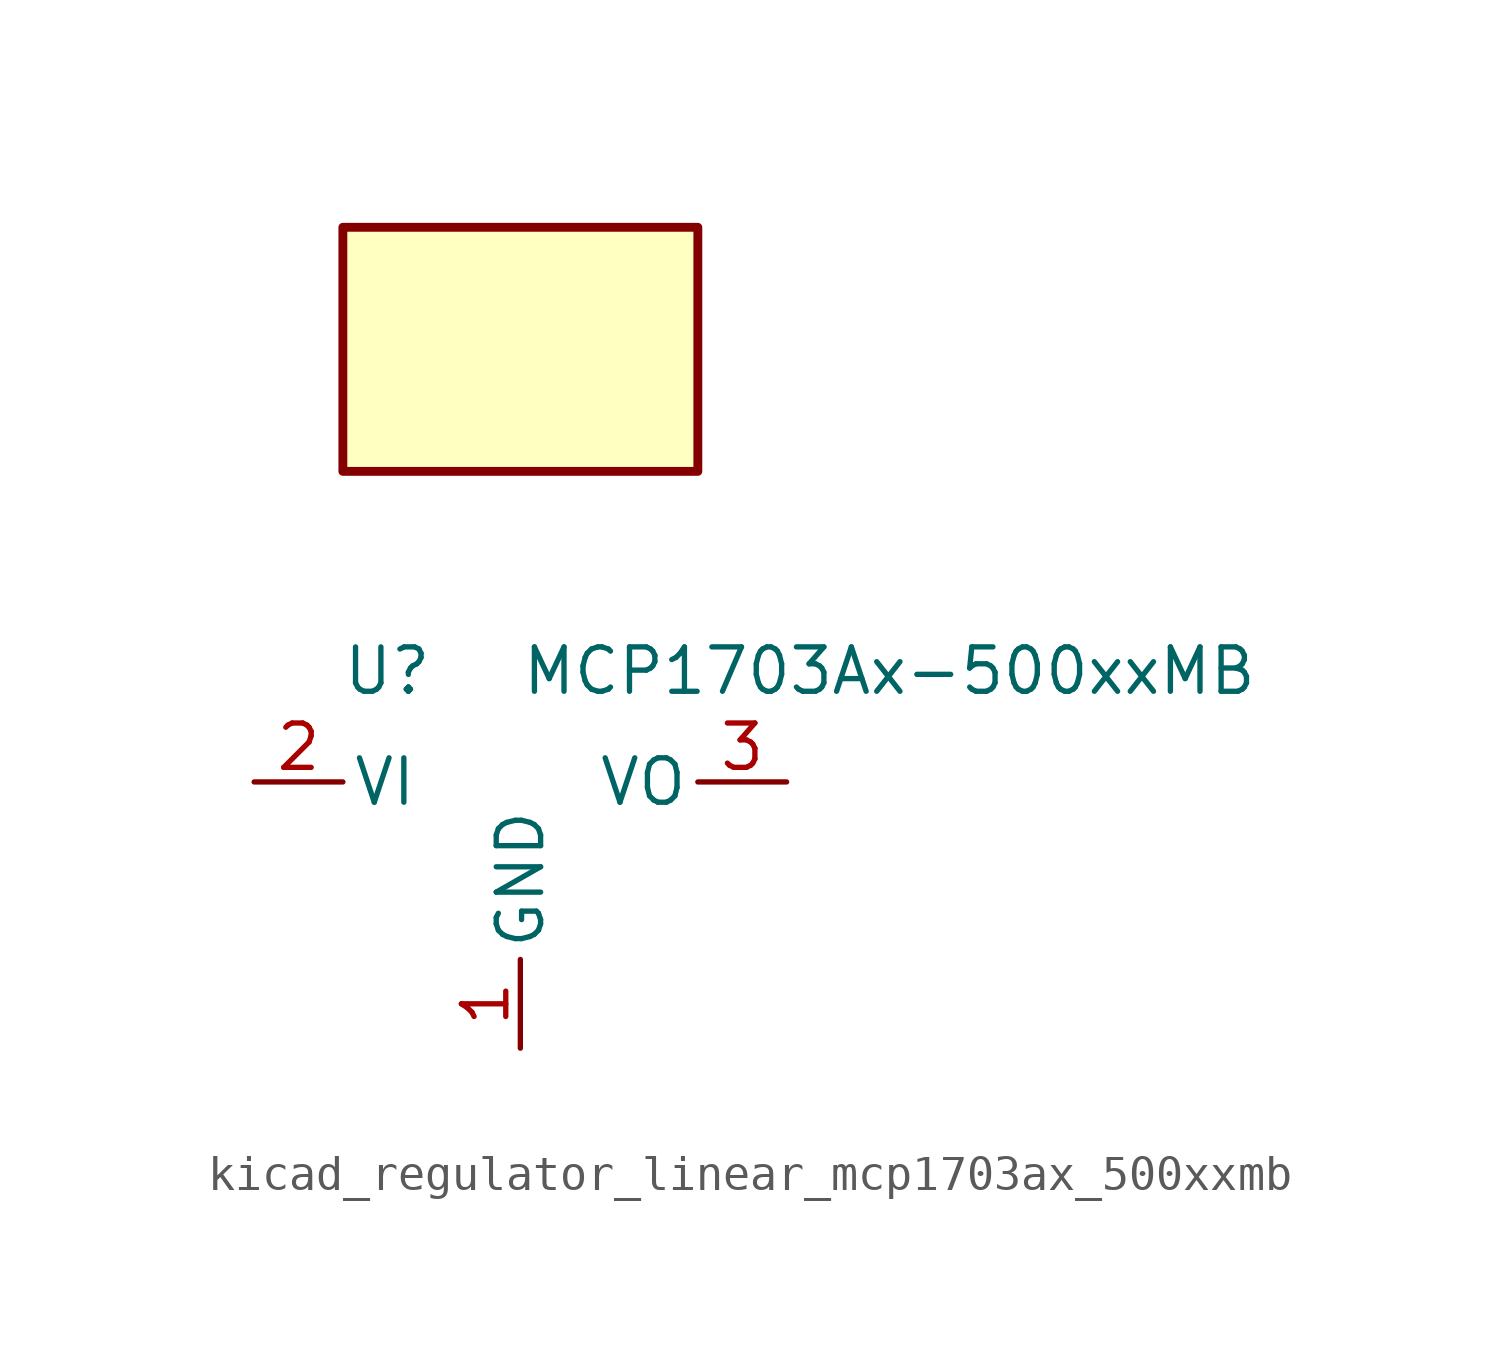
<source format=kicad_sym>
(kicad_symbol_lib
  (version 20220914)
  (generator kicad_symbol_editor)
  (symbol "kicad_regulator_linear_mcp1703ax_500xxmb"
    (pin_names
      (offset 0.254))
    (property "Reference" "U"
      (at -3.81 3.175 0)
      (effects (font (size 1.27 1.27))))
    (property "Value" "MCP1703Ax-500xxMB"
      (at 0 3.175 0)
      (effects (font (size 1.27 1.27)) (justify left)))
    (symbol "kicad_regulator_linear_mcp1703ax_500xxmb_0_1"
      (rectangle (start 5.08 15.875) (end -5.08 8.89) (stroke (width 0.254) (type default)) (fill (type background))))
    (symbol "kicad_regulator_linear_mcp1703ax_500xxmb_1_1"
      (pin power_in line (at 0 -7.62 90) (length 2.54) (name "GND" (effects (font (size 1.27 1.27)))) (number "1" (effects (font (size 1.27 1.27)))))
      (pin power_in line (at -7.62 0 0) (length 2.54) (name "VI" (effects (font (size 1.27 1.27)))) (number "2" (effects (font (size 1.27 1.27)))))
      (pin power_out line (at 7.62 0 180) (length 2.54) (name "VO" (effects (font (size 1.27 1.27)))) (number "3" (effects (font (size 1.27 1.27))))))))
</source>
